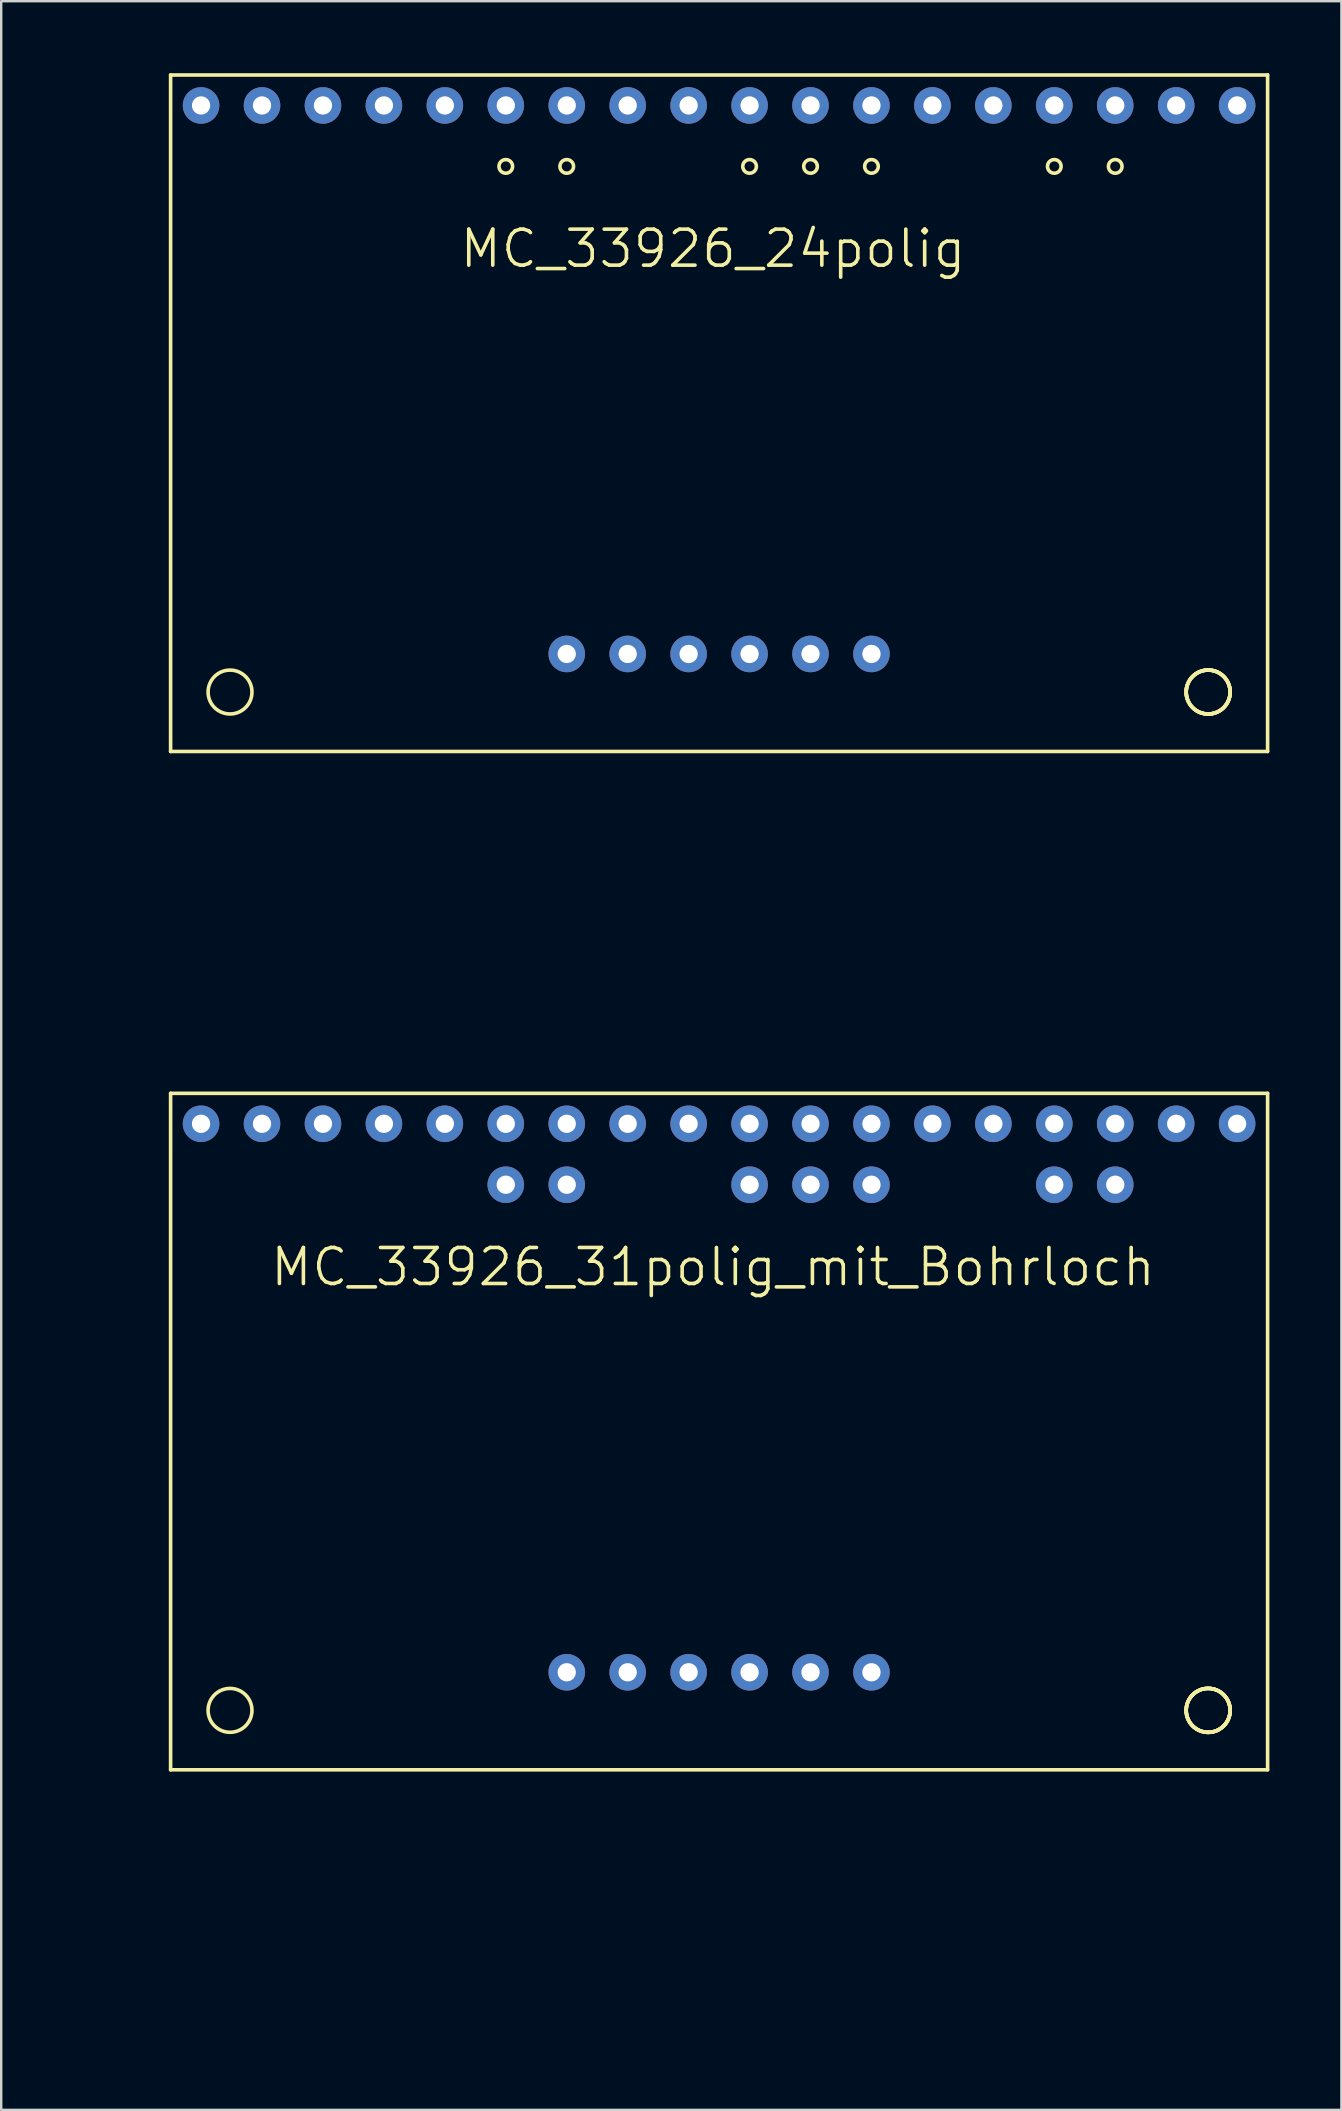
<source format=kicad_pcb>
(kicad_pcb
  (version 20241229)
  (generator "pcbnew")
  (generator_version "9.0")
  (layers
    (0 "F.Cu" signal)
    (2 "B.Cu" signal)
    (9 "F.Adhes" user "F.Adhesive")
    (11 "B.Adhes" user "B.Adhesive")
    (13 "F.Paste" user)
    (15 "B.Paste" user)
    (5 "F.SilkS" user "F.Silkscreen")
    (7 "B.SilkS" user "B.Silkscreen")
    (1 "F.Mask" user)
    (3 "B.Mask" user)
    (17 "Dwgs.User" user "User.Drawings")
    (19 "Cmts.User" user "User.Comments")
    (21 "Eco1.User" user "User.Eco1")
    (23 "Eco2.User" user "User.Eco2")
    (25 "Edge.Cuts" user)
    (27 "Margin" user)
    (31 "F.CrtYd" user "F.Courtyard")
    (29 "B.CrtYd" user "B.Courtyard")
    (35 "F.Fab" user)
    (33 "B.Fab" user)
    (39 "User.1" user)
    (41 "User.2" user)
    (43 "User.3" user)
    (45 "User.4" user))
  (footprint "MC_33926_24polig"
    (layer "F.Cu")
    (at 0.25 39.191)
    (property "Reference" "MC_33926_24polig" (at 26.416 -31.877 0) (layer "F.SilkS") (effects (font (size 1.5 1.5) (thickness 0.15))))
    (fp_line (start 3.81 -39.116) (end 49.53 -39.116) (stroke (width 0.15) (type solid)) (layer "F.SilkS"))
    (fp_line (start 3.81 -10.922) (end 3.81 -39.116) (stroke (width 0.15) (type solid)) (layer "F.SilkS"))
    (fp_line (start 49.53 -39.116) (end 49.53 -10.922) (stroke (width 0.15) (type solid)) (layer "F.SilkS"))
    (fp_line (start 49.53 -10.922) (end 3.81 -10.922) (stroke (width 0.15) (type solid)) (layer "F.SilkS"))
    (fp_circle (center 6.287 -13.399) (end 7.048 -13.906) (stroke (width 0.15) (type solid)) (fill no) (layer "F.SilkS"))
    (fp_circle (center 17.78 -35.306) (end 17.907 -35.052) (stroke (width 0.15) (type solid)) (fill no) (layer "F.SilkS"))
    (fp_circle (center 20.32 -35.306) (end 20.447 -35.052) (stroke (width 0.15) (type solid)) (fill no) (layer "F.SilkS"))
    (fp_circle (center 27.94 -35.306) (end 28.067 -35.052) (stroke (width 0.15) (type solid)) (fill no) (layer "F.SilkS"))
    (fp_circle (center 30.48 -35.306) (end 30.607 -35.052) (stroke (width 0.15) (type solid)) (fill no) (layer "F.SilkS"))
    (fp_circle (center 33.02 -35.306) (end 33.147 -35.052) (stroke (width 0.15) (type solid)) (fill no) (layer "F.SilkS"))
    (fp_circle (center 40.64 -35.306) (end 40.767 -35.052) (stroke (width 0.15) (type solid)) (fill no) (layer "F.SilkS"))
    (fp_circle (center 43.18 -35.306) (end 43.434 -35.179) (stroke (width 0.15) (type solid)) (fill no) (layer "F.SilkS"))
    (fp_circle (center 47.053 -13.399) (end 47.816 -13.906) (stroke (width 0.15) (type solid)) (fill no) (layer "F.SilkS"))
    (fp_circle (center 47.053 -13.399) (end 47.816 -13.906) (stroke (width 0.15) (type solid)) (fill no) (layer "F.SilkS"))
    (fp_circle (center 47.053 -13.399) (end 47.816 -13.906) (stroke (width 0.15) (type solid)) (fill no) (layer "F.SilkS"))
    (fp_circle (center 47.053 -13.399) (end 47.816 -13.906) (stroke (width 0.15) (type solid)) (fill no) (layer "F.SilkS"))
    (pad "1" thru_hole circle (at 5.08 -37.846) (size 1.524 1.524) (drill 0.762) (layers "*.Cu" "*.Mask"))
    (pad "2" thru_hole circle (at 7.62 -37.846) (size 1.524 1.524) (drill 0.762) (layers "*.Cu" "*.Mask"))
    (pad "3" thru_hole circle (at 10.16 -37.846) (size 1.524 1.524) (drill 0.762) (layers "*.Cu" "*.Mask"))
    (pad "4" thru_hole circle (at 12.7 -37.846) (size 1.524 1.524) (drill 0.762) (layers "*.Cu" "*.Mask"))
    (pad "5" thru_hole circle (at 15.24 -37.846) (size 1.524 1.524) (drill 0.762) (layers "*.Cu" "*.Mask"))
    (pad "6" thru_hole circle (at 17.78 -37.846) (size 1.524 1.524) (drill 0.762) (layers "*.Cu" "*.Mask"))
    (pad "7" thru_hole circle (at 20.32 -37.846) (size 1.524 1.524) (drill 0.762) (layers "*.Cu" "*.Mask"))
    (pad "8" thru_hole circle (at 22.86 -37.846) (size 1.524 1.524) (drill 0.762) (layers "*.Cu" "*.Mask"))
    (pad "9" thru_hole circle (at 25.4 -37.846) (size 1.524 1.524) (drill 0.762) (layers "*.Cu" "*.Mask"))
    (pad "10" thru_hole circle (at 27.94 -37.846) (size 1.524 1.524) (drill 0.762) (layers "*.Cu" "*.Mask"))
    (pad "11" thru_hole circle (at 30.48 -37.846) (size 1.524 1.524) (drill 0.762) (layers "*.Cu" "*.Mask"))
    (pad "12" thru_hole circle (at 33.02 -37.846) (size 1.524 1.524) (drill 0.762) (layers "*.Cu" "*.Mask"))
    (pad "13" thru_hole circle (at 35.56 -37.846) (size 1.524 1.524) (drill 0.762) (layers "*.Cu" "*.Mask"))
    (pad "14" thru_hole circle (at 38.1 -37.846) (size 1.524 1.524) (drill 0.762) (layers "*.Cu" "*.Mask"))
    (pad "15" thru_hole circle (at 40.64 -37.846) (size 1.524 1.524) (drill 0.762) (layers "*.Cu" "*.Mask"))
    (pad "16" thru_hole circle (at 43.18 -37.846) (size 1.524 1.524) (drill 0.762) (layers "*.Cu" "*.Mask"))
    (pad "17" thru_hole circle (at 45.72 -37.846) (size 1.524 1.524) (drill 0.762) (layers "*.Cu" "*.Mask"))
    (pad "18" thru_hole circle (at 48.26 -37.846) (size 1.524 1.524) (drill 0.762) (layers "*.Cu" "*.Mask"))
    (pad "19" thru_hole circle (at 20.32 -14.986) (size 1.524 1.524) (drill 0.762) (layers "*.Cu" "*.Mask"))
    (pad "20" thru_hole circle (at 22.86 -14.986) (size 1.524 1.524) (drill 0.762) (layers "*.Cu" "*.Mask"))
    (pad "21" thru_hole circle (at 25.4 -14.986) (size 1.524 1.524) (drill 0.762) (layers "*.Cu" "*.Mask"))
    (pad "22" thru_hole circle (at 27.94 -14.986) (size 1.524 1.524) (drill 0.762) (layers "*.Cu" "*.Mask"))
    (pad "23" thru_hole circle (at 30.48 -14.986) (size 1.524 1.524) (drill 0.762) (layers "*.Cu" "*.Mask"))
    (pad "24" thru_hole circle (at 33.02 -14.986) (size 1.524 1.524) (drill 0.762) (layers "*.Cu" "*.Mask")))
  (footprint "MC_33926_31polig_mit_Bohrloch"
    (layer "F.Cu")
    (at 0.25 81.632)
    (property "Reference" "MC_33926_31polig_mit_Bohrloch" (at 26.416 -31.877 0) (layer "F.SilkS") (effects (font (size 1.5 1.5) (thickness 0.15))))
    (fp_line (start 3.81 -39.116) (end 49.53 -39.116) (stroke (width 0.15) (type solid)) (layer "F.SilkS"))
    (fp_line (start 3.81 -10.922) (end 3.81 -39.116) (stroke (width 0.15) (type solid)) (layer "F.SilkS"))
    (fp_line (start 49.53 -39.116) (end 49.53 -10.922) (stroke (width 0.15) (type solid)) (layer "F.SilkS"))
    (fp_line (start 49.53 -10.922) (end 3.81 -10.922) (stroke (width 0.15) (type solid)) (layer "F.SilkS"))
    (fp_circle (center 6.287 -13.399) (end 7.048 -13.906) (stroke (width 0.15) (type solid)) (fill no) (layer "F.SilkS"))
    (fp_circle (center 47.053 -13.399) (end 47.816 -13.906) (stroke (width 0.15) (type solid)) (fill no) (layer "F.SilkS"))
    (fp_circle (center 47.053 -13.399) (end 47.816 -13.906) (stroke (width 0.15) (type solid)) (fill no) (layer "F.SilkS"))
    (fp_circle (center 47.053 -13.399) (end 47.816 -13.906) (stroke (width 0.15) (type solid)) (fill no) (layer "F.SilkS"))
    (fp_circle (center 47.053 -13.399) (end 47.816 -13.906) (stroke (width 0.15) (type solid)) (fill no) (layer "F.SilkS"))
    (pad "1" thru_hole circle (at 5.08 -37.846) (size 1.524 1.524) (drill 0.762) (layers "*.Cu" "*.Mask"))
    (pad "2" thru_hole circle (at 7.62 -37.846) (size 1.524 1.524) (drill 0.762) (layers "*.Cu" "*.Mask"))
    (pad "3" thru_hole circle (at 10.16 -37.846) (size 1.524 1.524) (drill 0.762) (layers "*.Cu" "*.Mask"))
    (pad "4" thru_hole circle (at 12.7 -37.846) (size 1.524 1.524) (drill 0.762) (layers "*.Cu" "*.Mask"))
    (pad "5" thru_hole circle (at 15.24 -37.846) (size 1.524 1.524) (drill 0.762) (layers "*.Cu" "*.Mask"))
    (pad "6" thru_hole circle (at 17.78 -37.846) (size 1.524 1.524) (drill 0.762) (layers "*.Cu" "*.Mask"))
    (pad "7" thru_hole circle (at 20.32 -37.846) (size 1.524 1.524) (drill 0.762) (layers "*.Cu" "*.Mask"))
    (pad "8" thru_hole circle (at 22.86 -37.846) (size 1.524 1.524) (drill 0.762) (layers "*.Cu" "*.Mask"))
    (pad "9" thru_hole circle (at 25.4 -37.846) (size 1.524 1.524) (drill 0.762) (layers "*.Cu" "*.Mask"))
    (pad "10" thru_hole circle (at 27.94 -37.846) (size 1.524 1.524) (drill 0.762) (layers "*.Cu" "*.Mask"))
    (pad "11" thru_hole circle (at 30.48 -37.846) (size 1.524 1.524) (drill 0.762) (layers "*.Cu" "*.Mask"))
    (pad "12" thru_hole circle (at 33.02 -37.846) (size 1.524 1.524) (drill 0.762) (layers "*.Cu" "*.Mask"))
    (pad "13" thru_hole circle (at 35.56 -37.846) (size 1.524 1.524) (drill 0.762) (layers "*.Cu" "*.Mask"))
    (pad "14" thru_hole circle (at 38.1 -37.846) (size 1.524 1.524) (drill 0.762) (layers "*.Cu" "*.Mask"))
    (pad "15" thru_hole circle (at 40.64 -37.846) (size 1.524 1.524) (drill 0.762) (layers "*.Cu" "*.Mask"))
    (pad "16" thru_hole circle (at 43.18 -37.846) (size 1.524 1.524) (drill 0.762) (layers "*.Cu" "*.Mask"))
    (pad "17" thru_hole circle (at 45.72 -37.846) (size 1.524 1.524) (drill 0.762) (layers "*.Cu" "*.Mask"))
    (pad "18" thru_hole circle (at 48.26 -37.846) (size 1.524 1.524) (drill 0.762) (layers "*.Cu" "*.Mask"))
    (pad "19" thru_hole circle (at 20.32 -14.986) (size 1.524 1.524) (drill 0.762) (layers "*.Cu" "*.Mask"))
    (pad "20" thru_hole circle (at 22.86 -14.986) (size 1.524 1.524) (drill 0.762) (layers "*.Cu" "*.Mask"))
    (pad "21" thru_hole circle (at 25.4 -14.986) (size 1.524 1.524) (drill 0.762) (layers "*.Cu" "*.Mask"))
    (pad "22" thru_hole circle (at 27.94 -14.986) (size 1.524 1.524) (drill 0.762) (layers "*.Cu" "*.Mask"))
    (pad "23" thru_hole circle (at 30.48 -14.986) (size 1.524 1.524) (drill 0.762) (layers "*.Cu" "*.Mask"))
    (pad "24" thru_hole circle (at 33.02 -14.986) (size 1.524 1.524) (drill 0.762) (layers "*.Cu" "*.Mask"))
    (pad "25" thru_hole circle (at 17.78 -35.306) (size 1.524 1.524) (drill 0.762) (layers "*.Cu" "*.Mask"))
    (pad "26" thru_hole circle (at 20.32 -35.306) (size 1.524 1.524) (drill 0.762) (layers "*.Cu" "*.Mask"))
    (pad "27" thru_hole circle (at 27.94 -35.306) (size 1.524 1.524) (drill 0.762) (layers "*.Cu" "*.Mask"))
    (pad "28" thru_hole circle (at 30.48 -35.306) (size 1.524 1.524) (drill 0.762) (layers "*.Cu" "*.Mask"))
    (pad "29" thru_hole circle (at 33.02 -35.306) (size 1.524 1.524) (drill 0.762) (layers "*.Cu" "*.Mask"))
    (pad "30" thru_hole circle (at 40.64 -35.306) (size 1.524 1.524) (drill 0.762) (layers "*.Cu" "*.Mask"))
    (pad "31" thru_hole circle (at 43.18 -35.306) (size 1.524 1.524) (drill 0.762) (layers "*.Cu" "*.Mask")))
  (gr_rect
    (start -3 -3)
    (end 52.855 84.882)
    (stroke (width 0.1) (type default))
    (fill no)
    (layer "Edge.Cuts")))
</source>
